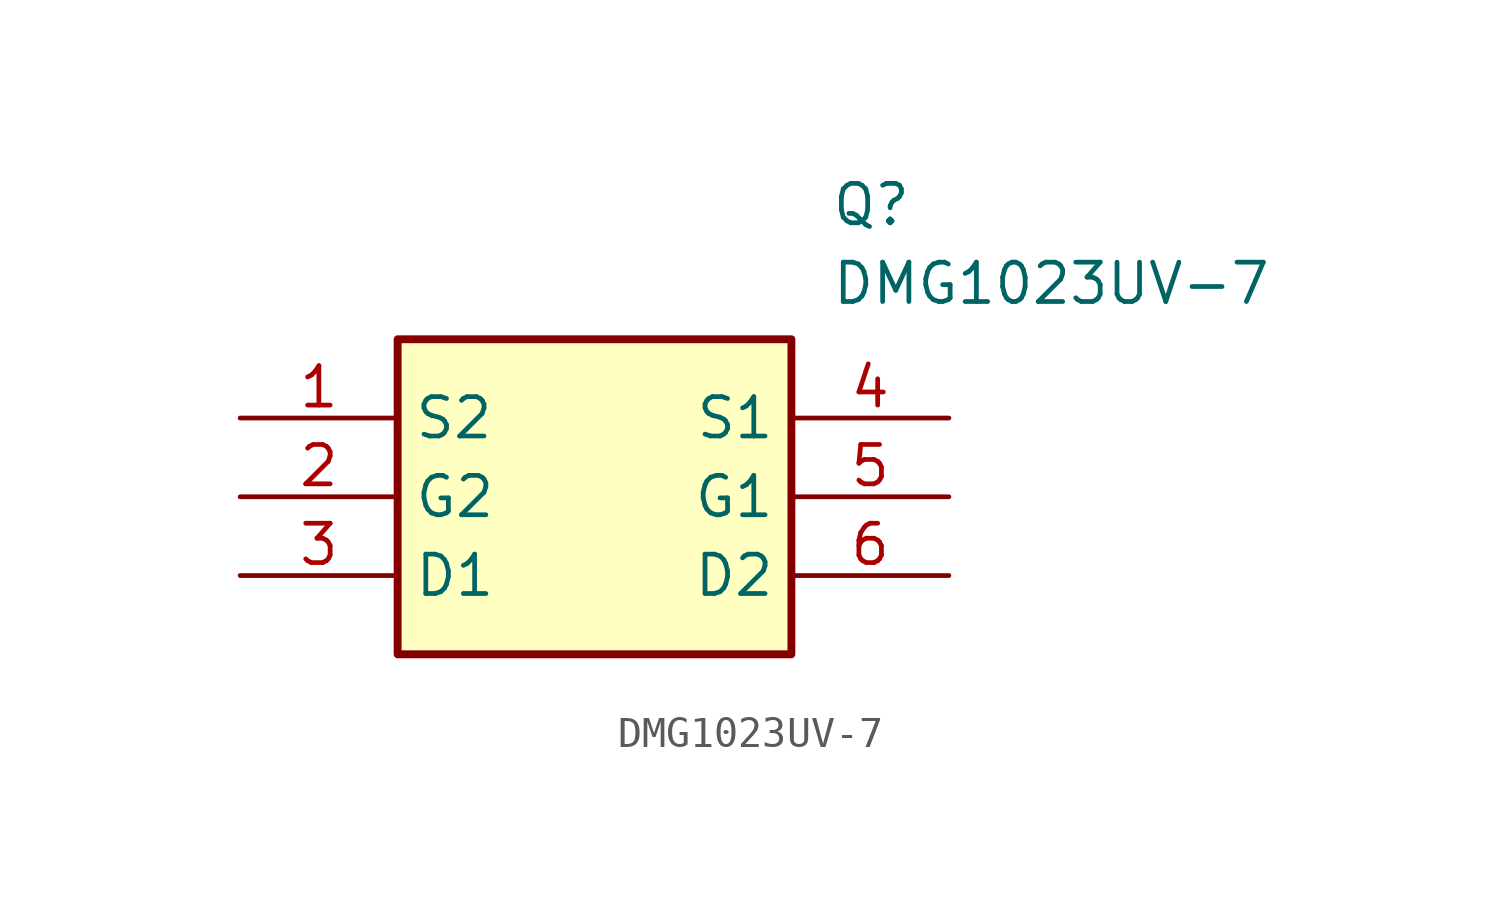
<source format=kicad_sym>
(kicad_symbol_lib
  (version 20211014)
  (generator SamacSys_ECAD_Model)
  (symbol "DMG1023UV-7"
    (property "Reference" "Q"
      (at 19.05 7.62 0)
      (effects (font (size 1.27 1.27)) (justify left top)))
    (property "Value" "DMG1023UV-7"
      (at 19.05 5.08 0)
      (effects (font (size 1.27 1.27)) (justify left top)))
    (rectangle
      (start 5.08 2.54)
      (end 17.78 -7.62)
      (stroke (width 0.254) (type default))
      (fill (type background)))
    (pin passive line
      (at 0 0 0)
      (length 5.08)
      (name "S2" (effects (font (size 1.27 1.27))))
      (number "1" (effects (font (size 1.27 1.27)))))
    (pin passive line
      (at 0 -2.54 0)
      (length 5.08)
      (name "G2" (effects (font (size 1.27 1.27))))
      (number "2" (effects (font (size 1.27 1.27)))))
    (pin passive line
      (at 0 -5.08 0)
      (length 5.08)
      (name "D1" (effects (font (size 1.27 1.27))))
      (number "3" (effects (font (size 1.27 1.27)))))
    (pin passive line
      (at 22.86 0 180)
      (length 5.08)
      (name "S1" (effects (font (size 1.27 1.27))))
      (number "4" (effects (font (size 1.27 1.27)))))
    (pin passive line
      (at 22.86 -2.54 180)
      (length 5.08)
      (name "G1" (effects (font (size 1.27 1.27))))
      (number "5" (effects (font (size 1.27 1.27)))))
    (pin passive line
      (at 22.86 -5.08 180)
      (length 5.08)
      (name "D2" (effects (font (size 1.27 1.27))))
      (number "6" (effects (font (size 1.27 1.27)))))))
</source>
